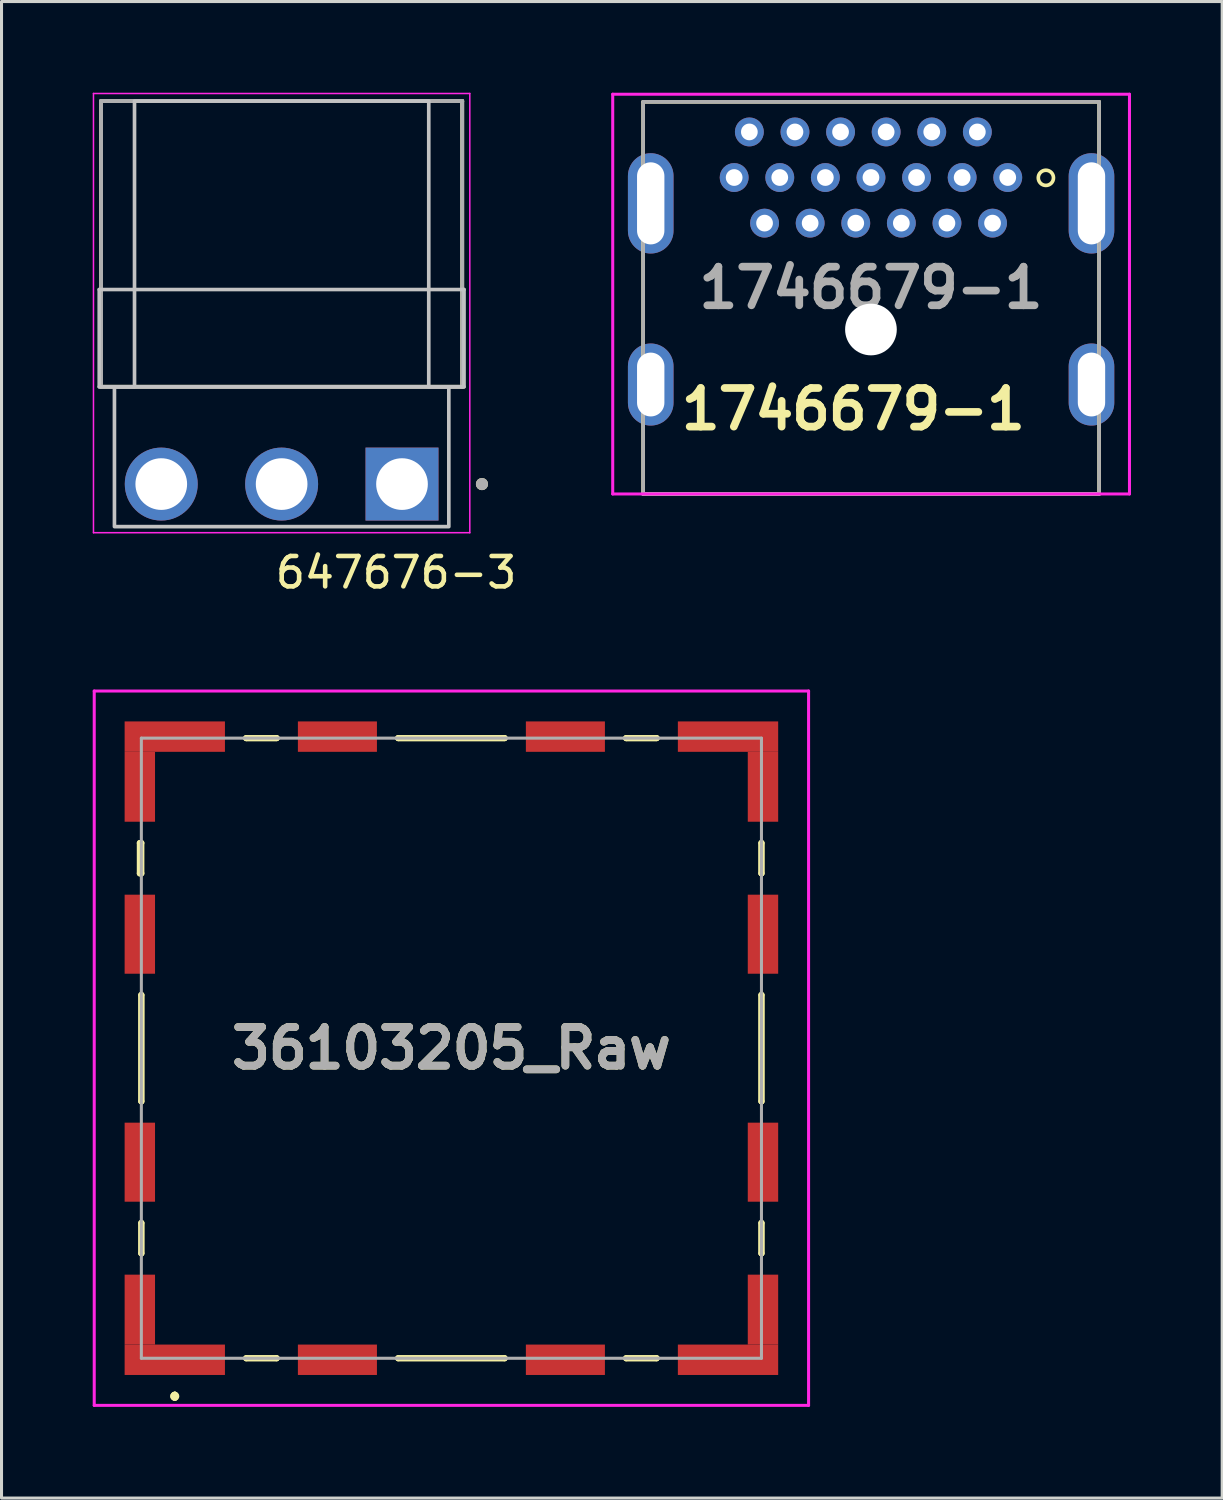
<source format=kicad_pcb>
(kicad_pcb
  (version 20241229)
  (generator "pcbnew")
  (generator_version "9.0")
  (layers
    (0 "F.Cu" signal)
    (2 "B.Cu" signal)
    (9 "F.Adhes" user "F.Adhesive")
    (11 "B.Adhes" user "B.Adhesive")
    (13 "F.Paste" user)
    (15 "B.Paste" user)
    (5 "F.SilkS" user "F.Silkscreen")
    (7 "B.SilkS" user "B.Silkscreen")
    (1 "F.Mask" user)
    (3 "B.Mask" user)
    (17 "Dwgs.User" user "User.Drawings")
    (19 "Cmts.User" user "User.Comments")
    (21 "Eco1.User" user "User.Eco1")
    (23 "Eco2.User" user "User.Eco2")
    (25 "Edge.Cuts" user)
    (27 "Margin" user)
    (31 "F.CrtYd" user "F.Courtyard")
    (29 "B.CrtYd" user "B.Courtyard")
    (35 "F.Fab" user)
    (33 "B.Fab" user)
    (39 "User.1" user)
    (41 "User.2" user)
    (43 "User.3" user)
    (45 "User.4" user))
  (footprint "1746679-1"
    (layer "F.Cu")
    (at 25.607 7.8)
    (property "Reference" "1746679-1" (at -0.585 2.61 0) (layer "F.SilkS") (effects (font (size 1.27 1.27) (thickness 0.254))))
    (attr through_hole)
    (fp_line (start -7.5 -7.5) (end -7.5 5.4) (stroke (width 0.12) (type solid)) (layer "F.SilkS"))
    (fp_line (start -7.5 -7.5) (end 7.5 -7.5) (stroke (width 0.12) (type solid)) (layer "F.SilkS"))
    (fp_line (start -7.5 5.4) (end 7.5 5.4) (stroke (width 0.12) (type solid)) (layer "F.SilkS"))
    (fp_line (start 7.5 -7.5) (end 7.5 5.4) (stroke (width 0.12) (type solid)) (layer "F.SilkS"))
    (fp_circle (center 5.75 -5) (end 5.5 -5) (stroke (width 0.12) (type solid)) (fill no) (layer "F.SilkS"))
    (fp_line (start -8.5 -7.75) (end 8.5 -7.75) (stroke (width 0.1) (type solid)) (layer "F.CrtYd"))
    (fp_line (start -8.5 5.4) (end -8.5 -7.75) (stroke (width 0.1) (type solid)) (layer "F.CrtYd"))
    (fp_line (start 8.5 -7.75) (end 8.5 5.4) (stroke (width 0.1) (type solid)) (layer "F.CrtYd"))
    (fp_line (start 8.5 5.4) (end -8.5 5.4) (stroke (width 0.1) (type solid)) (layer "F.CrtYd"))
    (fp_line (start -7.5 -7.5) (end -7.5 5.4) (stroke (width 0.12) (type solid)) (layer "F.Fab"))
    (fp_line (start -7.5 -7.5) (end 7.5 -7.5) (stroke (width 0.12) (type solid)) (layer "F.Fab"))
    (fp_line (start -7.5 5.4) (end 7.5 5.4) (stroke (width 0.12) (type solid)) (layer "F.Fab"))
    (fp_line (start 7.5 -7.5) (end 7.5 5.4) (stroke (width 0.12) (type solid)) (layer "F.Fab"))
    (fp_text user "${REFERENCE}" (at -0.005 -1.381 0) (layer "F.Fab") (effects (font (size 1.27 1.27) (thickness 0.254))))
    (pad "" np_thru_hole circle (at -0.005 -0.01) (size 1.7 1.7) (drill 1.7) (layers "*.Cu" "*.Mask"))
    (pad "1" thru_hole circle (at 4.495 -5.01) (size 0.95 0.95) (drill 0.55) (layers "*.Cu" "*.Mask"))
    (pad "2" thru_hole circle (at 3.995 -3.51) (size 0.95 0.95) (drill 0.55) (layers "*.Cu" "*.Mask"))
    (pad "3" thru_hole circle (at 3.495 -6.51) (size 0.95 0.95) (drill 0.55) (layers "*.Cu" "*.Mask"))
    (pad "4" thru_hole circle (at 2.995 -5.01) (size 0.95 0.95) (drill 0.55) (layers "*.Cu" "*.Mask"))
    (pad "5" thru_hole circle (at 2.495 -3.51) (size 0.95 0.95) (drill 0.55) (layers "*.Cu" "*.Mask"))
    (pad "6" thru_hole circle (at 1.995 -6.51) (size 0.95 0.95) (drill 0.55) (layers "*.Cu" "*.Mask"))
    (pad "7" thru_hole circle (at 1.495 -5.01) (size 0.95 0.95) (drill 0.55) (layers "*.Cu" "*.Mask"))
    (pad "8" thru_hole circle (at 0.995 -3.51) (size 0.95 0.95) (drill 0.55) (layers "*.Cu" "*.Mask"))
    (pad "9" thru_hole circle (at 0.495 -6.51) (size 0.95 0.95) (drill 0.55) (layers "*.Cu" "*.Mask"))
    (pad "10" thru_hole circle (at -0.005 -5.01) (size 0.95 0.95) (drill 0.55) (layers "*.Cu" "*.Mask"))
    (pad "11" thru_hole circle (at -0.505 -3.51) (size 0.95 0.95) (drill 0.55) (layers "*.Cu" "*.Mask"))
    (pad "12" thru_hole circle (at -1.005 -6.51) (size 0.95 0.95) (drill 0.55) (layers "*.Cu" "*.Mask"))
    (pad "13" thru_hole circle (at -1.505 -5.01) (size 0.95 0.95) (drill 0.55) (layers "*.Cu" "*.Mask"))
    (pad "14" thru_hole circle (at -2.005 -3.51) (size 0.95 0.95) (drill 0.55) (layers "*.Cu" "*.Mask"))
    (pad "15" thru_hole circle (at -2.505 -6.51) (size 0.95 0.95) (drill 0.55) (layers "*.Cu" "*.Mask"))
    (pad "16" thru_hole circle (at -3.005 -5.01) (size 0.95 0.95) (drill 0.55) (layers "*.Cu" "*.Mask"))
    (pad "17" thru_hole circle (at -3.505 -3.51) (size 0.95 0.95) (drill 0.55) (layers "*.Cu" "*.Mask"))
    (pad "18" thru_hole circle (at -4.005 -6.51) (size 0.95 0.95) (drill 0.55) (layers "*.Cu" "*.Mask"))
    (pad "19" thru_hole circle (at -4.505 -5.01) (size 0.95 0.95) (drill 0.55) (layers "*.Cu" "*.Mask"))
    (pad "MH1" thru_hole oval (at 7.25 -4.16) (size 1.5 3.3) (drill oval 0.9 2.7) (layers "*.Cu" "*.Mask"))
    (pad "MH2" thru_hole oval (at 7.25 1.8) (size 1.5 2.7) (drill oval 0.9 2.1) (layers "*.Cu" "*.Mask"))
    (pad "MH3" thru_hole oval (at -7.25 -4.16) (size 1.5 3.3) (drill oval 0.9 2.7) (layers "*.Cu" "*.Mask"))
    (pad "MH4" thru_hole oval (at -7.25 1.8) (size 1.5 2.7) (drill oval 0.9 2.1) (layers "*.Cu" "*.Mask")))
  (footprint "647676-3"
    (layer "F.Cu")
    (at 6.215 12.875)
    (property "Reference" "647676-3" (at 3.765 2.91 180) (layer "F.SilkS") (effects (font (size 1 1) (thickness 0.15))))
    (attr through_hole)
    (fp_line (start -5.94 -12.6) (end 5.94 -12.6) (stroke (width 0.127) (type solid)) (layer "F.SilkS"))
    (fp_line (start -5.94 -3.2) (end -5.94 -12.6) (stroke (width 0.127) (type solid)) (layer "F.SilkS"))
    (fp_line (start -5.94 -3.2) (end 5.94 -3.2) (stroke (width 0.127) (type solid)) (layer "F.SilkS"))
    (fp_line (start 5.94 -12.6) (end 5.94 -3.2) (stroke (width 0.127) (type solid)) (layer "F.SilkS"))
    (fp_circle (center 6.59 0) (end 6.49 0) (stroke (width 0.2) (type solid)) (fill no) (layer "F.SilkS"))
    (fp_line (start -6 -6.4) (end -6 -3.2) (stroke (width 0.12) (type solid)) (layer "Dwgs.User"))
    (fp_line (start -6 -3.2) (end 6 -3.2) (stroke (width 0.12) (type solid)) (layer "Dwgs.User"))
    (fp_line (start 6 -6.4) (end -6 -6.4) (stroke (width 0.12) (type solid)) (layer "Dwgs.User"))
    (fp_line (start 6 -3.2) (end 6 -6.4) (stroke (width 0.12) (type solid)) (layer "Dwgs.User"))
    (fp_poly (pts (xy -5.5 -3.2) (xy -4.84 -3.2) (xy -4.84 -12.6) (xy 4.84 -12.6) (xy 4.84 -3.2) (xy 5.5 -3.2) (xy 5.5 1.4) (xy -5.5 1.4)) (stroke (width 0.12) (type solid)) (fill no) (layer "Dwgs.User"))
    (fp_line (start -6.19 -12.85) (end 6.19 -12.85) (stroke (width 0.05) (type solid)) (layer "F.CrtYd"))
    (fp_line (start -6.19 1.6) (end -6.19 -12.85) (stroke (width 0.05) (type solid)) (layer "F.CrtYd"))
    (fp_line (start 6.19 -12.85) (end 6.19 1.6) (stroke (width 0.05) (type solid)) (layer "F.CrtYd"))
    (fp_line (start 6.19 1.6) (end -6.19 1.6) (stroke (width 0.05) (type solid)) (layer "F.CrtYd"))
    (fp_line (start -5.94 -12.6) (end -5.94 -12.6) (stroke (width 0.127) (type solid)) (layer "F.Fab"))
    (fp_line (start -5.94 -12.6) (end 5.94 -12.6) (stroke (width 0.127) (type solid)) (layer "F.Fab"))
    (fp_line (start -5.94 -3.2) (end -5.94 -12.6) (stroke (width 0.127) (type solid)) (layer "F.Fab"))
    (fp_line (start 5.94 -12.6) (end -5.94 -12.6) (stroke (width 0.127) (type solid)) (layer "F.Fab"))
    (fp_line (start 5.94 -12.6) (end 5.94 -12.6) (stroke (width 0.127) (type solid)) (layer "F.Fab"))
    (fp_line (start 5.94 -12.6) (end 5.94 -3.2) (stroke (width 0.127) (type solid)) (layer "F.Fab"))
    (fp_line (start 5.94 -3.2) (end -5.94 -3.2) (stroke (width 0.127) (type solid)) (layer "F.Fab"))
    (fp_circle (center 6.59 0) (end 6.49 0) (stroke (width 0.2) (type solid)) (fill no) (layer "F.Fab"))
    (pad "1" thru_hole rect (at 3.96 0 180) (size 2.4 2.4) (drill 1.7) (layers "*.Cu" "*.Mask"))
    (pad "2" thru_hole circle (at 0 0 180) (size 2.4 2.4) (drill 1.7) (layers "*.Cu" "*.Mask"))
    (pad "3" thru_hole circle (at -3.96 0 180) (size 2.4 2.4) (drill 1.7) (layers "*.Cu" "*.Mask")))
  (footprint "36103205_Raw"
    (layer "F.Cu")
    (at 11.8 31.433)
    (property "Reference" "36103205_Raw" (at 0 0 0) (layer "F.SilkS") (effects (font (size 1.27 1.27) (thickness 0.254))))
    (attr smd)
    (fp_line (start -10.25 -6.75) (end -10.2 -6.75) (stroke (width 0.2) (type solid)) (layer "F.SilkS"))
    (fp_line (start -10.25 -5.75) (end -10.25 -6.75) (stroke (width 0.2) (type solid)) (layer "F.SilkS"))
    (fp_line (start -10.2 -6.75) (end -10.2 -5.75) (stroke (width 0.2) (type solid)) (layer "F.SilkS"))
    (fp_line (start -10.2 -5.75) (end -10.25 -5.75) (stroke (width 0.2) (type solid)) (layer "F.SilkS"))
    (fp_line (start -10.2 -1.75) (end -10.2 -1.75) (stroke (width 0.2) (type solid)) (layer "F.SilkS"))
    (fp_line (start -10.2 -1.75) (end -10.2 1.75) (stroke (width 0.2) (type solid)) (layer "F.SilkS"))
    (fp_line (start -10.2 1.75) (end -10.2 -1.75) (stroke (width 0.2) (type solid)) (layer "F.SilkS"))
    (fp_line (start -10.2 1.75) (end -10.2 1.75) (stroke (width 0.2) (type solid)) (layer "F.SilkS"))
    (fp_line (start -10.2 5.75) (end -10.2 5.75) (stroke (width 0.2) (type solid)) (layer "F.SilkS"))
    (fp_line (start -10.2 5.75) (end -10.2 6.75) (stroke (width 0.2) (type solid)) (layer "F.SilkS"))
    (fp_line (start -10.2 6.75) (end -10.2 5.75) (stroke (width 0.2) (type solid)) (layer "F.SilkS"))
    (fp_line (start -10.2 6.75) (end -10.2 6.75) (stroke (width 0.2) (type solid)) (layer "F.SilkS"))
    (fp_line (start -9.1 11.4) (end -9.1 11.4) (stroke (width 0.2) (type solid)) (layer "F.SilkS"))
    (fp_line (start -9.1 11.4) (end -9.1 11.4) (stroke (width 0.2) (type solid)) (layer "F.SilkS"))
    (fp_line (start -9.1 11.5) (end -9.1 11.5) (stroke (width 0.2) (type solid)) (layer "F.SilkS"))
    (fp_line (start -6.75 -10.2) (end -6.75 -10.2) (stroke (width 0.2) (type solid)) (layer "F.SilkS"))
    (fp_line (start -6.75 -10.2) (end -5.75 -10.2) (stroke (width 0.2) (type solid)) (layer "F.SilkS"))
    (fp_line (start -6.75 10.2) (end -6.75 10.2) (stroke (width 0.2) (type solid)) (layer "F.SilkS"))
    (fp_line (start -6.75 10.2) (end -5.75 10.2) (stroke (width 0.2) (type solid)) (layer "F.SilkS"))
    (fp_line (start -5.75 -10.2) (end -6.75 -10.2) (stroke (width 0.2) (type solid)) (layer "F.SilkS"))
    (fp_line (start -5.75 -10.2) (end -5.75 -10.2) (stroke (width 0.2) (type solid)) (layer "F.SilkS"))
    (fp_line (start -5.75 10.2) (end -6.75 10.2) (stroke (width 0.2) (type solid)) (layer "F.SilkS"))
    (fp_line (start -5.75 10.2) (end -5.75 10.2) (stroke (width 0.2) (type solid)) (layer "F.SilkS"))
    (fp_line (start -1.75 -10.2) (end -1.75 -10.2) (stroke (width 0.2) (type solid)) (layer "F.SilkS"))
    (fp_line (start -1.75 -10.2) (end 1.75 -10.2) (stroke (width 0.2) (type solid)) (layer "F.SilkS"))
    (fp_line (start -1.75 10.2) (end -1.75 10.2) (stroke (width 0.2) (type solid)) (layer "F.SilkS"))
    (fp_line (start -1.75 10.2) (end 1.75 10.2) (stroke (width 0.2) (type solid)) (layer "F.SilkS"))
    (fp_line (start 1.75 -10.2) (end -1.75 -10.2) (stroke (width 0.2) (type solid)) (layer "F.SilkS"))
    (fp_line (start 1.75 -10.2) (end 1.75 -10.2) (stroke (width 0.2) (type solid)) (layer "F.SilkS"))
    (fp_line (start 1.75 10.2) (end -1.75 10.2) (stroke (width 0.2) (type solid)) (layer "F.SilkS"))
    (fp_line (start 1.75 10.2) (end 1.75 10.2) (stroke (width 0.2) (type solid)) (layer "F.SilkS"))
    (fp_line (start 5.75 -10.2) (end 5.75 -10.2) (stroke (width 0.2) (type solid)) (layer "F.SilkS"))
    (fp_line (start 5.75 -10.2) (end 6.75 -10.2) (stroke (width 0.2) (type solid)) (layer "F.SilkS"))
    (fp_line (start 5.75 10.2) (end 5.75 10.2) (stroke (width 0.2) (type solid)) (layer "F.SilkS"))
    (fp_line (start 5.75 10.2) (end 6.75 10.2) (stroke (width 0.2) (type solid)) (layer "F.SilkS"))
    (fp_line (start 6.75 -10.2) (end 5.75 -10.2) (stroke (width 0.2) (type solid)) (layer "F.SilkS"))
    (fp_line (start 6.75 -10.2) (end 6.75 -10.2) (stroke (width 0.2) (type solid)) (layer "F.SilkS"))
    (fp_line (start 6.75 10.2) (end 5.75 10.2) (stroke (width 0.2) (type solid)) (layer "F.SilkS"))
    (fp_line (start 6.75 10.2) (end 6.75 10.2) (stroke (width 0.2) (type solid)) (layer "F.SilkS"))
    (fp_line (start 10.2 -6.75) (end 10.2 -6.75) (stroke (width 0.2) (type solid)) (layer "F.SilkS"))
    (fp_line (start 10.2 -6.75) (end 10.2 -5.75) (stroke (width 0.2) (type solid)) (layer "F.SilkS"))
    (fp_line (start 10.2 -5.75) (end 10.2 -6.75) (stroke (width 0.2) (type solid)) (layer "F.SilkS"))
    (fp_line (start 10.2 -5.75) (end 10.2 -5.75) (stroke (width 0.2) (type solid)) (layer "F.SilkS"))
    (fp_line (start 10.2 -1.75) (end 10.2 -1.75) (stroke (width 0.2) (type solid)) (layer "F.SilkS"))
    (fp_line (start 10.2 -1.75) (end 10.2 1.75) (stroke (width 0.2) (type solid)) (layer "F.SilkS"))
    (fp_line (start 10.2 1.75) (end 10.2 -1.75) (stroke (width 0.2) (type solid)) (layer "F.SilkS"))
    (fp_line (start 10.2 1.75) (end 10.2 1.75) (stroke (width 0.2) (type solid)) (layer "F.SilkS"))
    (fp_line (start 10.2 5.75) (end 10.2 5.75) (stroke (width 0.2) (type solid)) (layer "F.SilkS"))
    (fp_line (start 10.2 5.75) (end 10.2 6.75) (stroke (width 0.2) (type solid)) (layer "F.SilkS"))
    (fp_line (start 10.2 6.75) (end 10.2 5.75) (stroke (width 0.2) (type solid)) (layer "F.SilkS"))
    (fp_line (start 10.2 6.75) (end 10.2 6.75) (stroke (width 0.2) (type solid)) (layer "F.SilkS"))
    (fp_arc (start -9.1 11.4) (mid -9.05 11.45) (end -9.1 11.5) (stroke (width 0.2) (type solid)) (layer "F.SilkS"))
    (fp_arc (start -9.1 11.5) (mid -9.15 11.45) (end -9.1 11.4) (stroke (width 0.2) (type solid)) (layer "F.SilkS"))
    (fp_arc (start -9.1 11.5) (mid -9.15 11.45) (end -9.1 11.4) (stroke (width 0.2) (type solid)) (layer "F.SilkS"))
    (fp_line (start -11.75 -11.75) (end 11.75 -11.75) (stroke (width 0.1) (type solid)) (layer "F.CrtYd"))
    (fp_line (start -11.75 11.75) (end -11.75 -11.75) (stroke (width 0.1) (type solid)) (layer "F.CrtYd"))
    (fp_line (start 11.75 -11.75) (end 11.75 11.75) (stroke (width 0.1) (type solid)) (layer "F.CrtYd"))
    (fp_line (start 11.75 11.75) (end -11.75 11.75) (stroke (width 0.1) (type solid)) (layer "F.CrtYd"))
    (fp_line (start -10.2 -10.2) (end -10.2 10.2) (stroke (width 0.1) (type solid)) (layer "F.Fab"))
    (fp_line (start -10.2 10.2) (end 10.2 10.2) (stroke (width 0.1) (type solid)) (layer "F.Fab"))
    (fp_line (start 10.2 -10.2) (end -10.2 -10.2) (stroke (width 0.1) (type solid)) (layer "F.Fab"))
    (fp_line (start 10.2 10.2) (end 10.2 -10.2) (stroke (width 0.1) (type solid)) (layer "F.Fab"))
    (fp_text user "${REFERENCE}" (at 0 0 0) (layer "F.Fab") (effects (font (size 1.27 1.27) (thickness 0.254))))
    (pad "1" smd rect (at -9.1 10.25 90) (size 1 3.3) (layers "F.Cu" "F.Mask" "F.Paste"))
    (pad "2" smd rect (at -3.75 10.25 90) (size 1 2.6) (layers "F.Cu" "F.Mask" "F.Paste"))
    (pad "3" smd rect (at 3.75 10.25 90) (size 1 2.6) (layers "F.Cu" "F.Mask" "F.Paste"))
    (pad "4" smd rect (at 9.1 10.25 90) (size 1 3.3) (layers "F.Cu" "F.Mask" "F.Paste"))
    (pad "5" smd rect (at 10.25 8.6) (size 1 2.3) (layers "F.Cu" "F.Mask" "F.Paste"))
    (pad "6" smd rect (at 10.25 3.75) (size 1 2.6) (layers "F.Cu" "F.Mask" "F.Paste"))
    (pad "7" smd rect (at 10.25 -3.75) (size 1 2.6) (layers "F.Cu" "F.Mask" "F.Paste"))
    (pad "8" smd rect (at 10.25 -8.6) (size 1 2.3) (layers "F.Cu" "F.Mask" "F.Paste"))
    (pad "9" smd rect (at 9.1 -10.25 90) (size 1 3.3) (layers "F.Cu" "F.Mask" "F.Paste"))
    (pad "10" smd rect (at 3.75 -10.25 90) (size 1 2.6) (layers "F.Cu" "F.Mask" "F.Paste"))
    (pad "11" smd rect (at -3.75 -10.25 90) (size 1 2.6) (layers "F.Cu" "F.Mask" "F.Paste"))
    (pad "12" smd rect (at -9.1 -10.25 90) (size 1 3.3) (layers "F.Cu" "F.Mask" "F.Paste"))
    (pad "13" smd rect (at -10.25 -8.6) (size 1 2.3) (layers "F.Cu" "F.Mask" "F.Paste"))
    (pad "14" smd rect (at -10.25 -3.75) (size 1 2.6) (layers "F.Cu" "F.Mask" "F.Paste"))
    (pad "15" smd rect (at -10.25 3.75) (size 1 2.6) (layers "F.Cu" "F.Mask" "F.Paste"))
    (pad "16" smd rect (at -10.25 8.6) (size 1 2.3) (layers "F.Cu" "F.Mask" "F.Paste")))
  (gr_rect
    (start -3 -3)
    (end 37.157 46.233)
    (stroke (width 0.1) (type default))
    (fill no)
    (layer "Edge.Cuts")))
</source>
